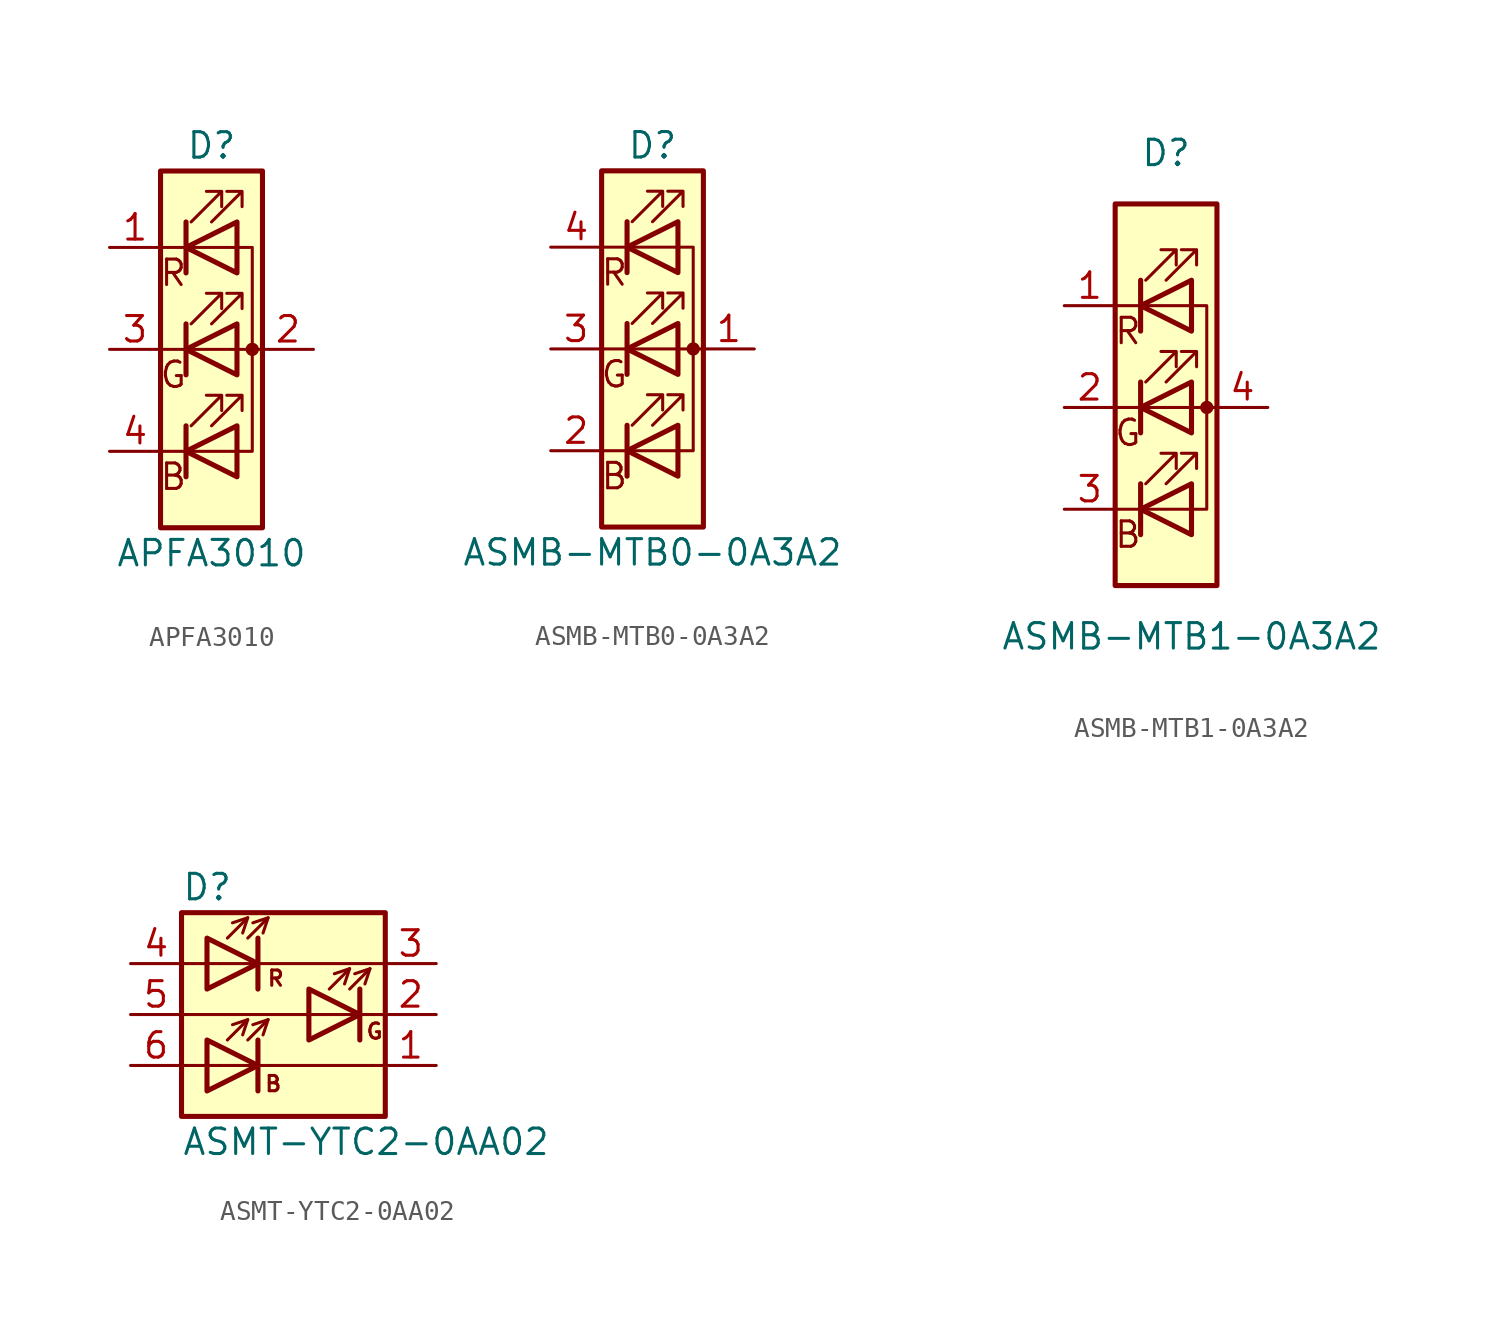
<source format=kicad_sym>
(kicad_symbol_lib
  (version 20241209)
  (generator "kicad_symbol_editor")
  (generator_version "9.0")
  (symbol "APFA3010"
    (pin_names
      (offset 0) hide)
    (property "Reference" "D"
      (at 0 10.16 0)
      (effects (font (size 1.27 1.27))))
    (property "Value" "APFA3010"
      (at 0 -10.16 0)
      (effects (font (size 1.27 1.27))))
    (symbol "APFA3010_0_0"
      (text "R" (at -1.905 3.81 0) (effects (font (size 1.27 1.27))))
      (text "G" (at -1.905 -1.27 0) (effects (font (size 1.27 1.27))))
      (text "B" (at -1.905 -6.35 0) (effects (font (size 1.27 1.27)))))
    (symbol "APFA3010_0_1"
      (polyline (pts (xy -2.54 -5.08) (xy 1.27 -5.08)) (stroke (width 0) (type default)) (fill (type none)))
      (rectangle (start -2.54 -8.89) (end 2.54 8.89) (stroke (width 0.254) (type default)) (fill (type background)))
      (polyline (pts (xy -1.27 6.35) (xy -1.27 3.81)) (stroke (width 0.254) (type default)) (fill (type none)))
      (polyline (pts (xy -1.27 1.27) (xy -1.27 -1.27)) (stroke (width 0.254) (type default)) (fill (type none)))
      (polyline (pts (xy -1.27 -3.81) (xy -1.27 -6.35)) (stroke (width 0.254) (type default)) (fill (type none)))
      (polyline (pts (xy -1.016 6.35) (xy 0.508 7.874) (xy -0.254 7.874) (xy 0.508 7.874) (xy 0.508 7.112)) (stroke (width 0) (type default)) (fill (type none)))
      (polyline (pts (xy -1.016 1.27) (xy 0.508 2.794) (xy -0.254 2.794) (xy 0.508 2.794) (xy 0.508 2.032)) (stroke (width 0) (type default)) (fill (type none)))
      (polyline (pts (xy -1.016 -3.81) (xy 0.508 -2.286) (xy -0.254 -2.286) (xy 0.508 -2.286) (xy 0.508 -3.048)) (stroke (width 0) (type default)) (fill (type none)))
      (polyline (pts (xy 0 6.35) (xy 1.524 7.874) (xy 0.762 7.874) (xy 1.524 7.874) (xy 1.524 7.112)) (stroke (width 0) (type default)) (fill (type none)))
      (polyline (pts (xy 0 1.27) (xy 1.524 2.794) (xy 0.762 2.794) (xy 1.524 2.794) (xy 1.524 2.032)) (stroke (width 0) (type default)) (fill (type none)))
      (polyline (pts (xy 0 -3.81) (xy 1.524 -2.286) (xy 0.762 -2.286) (xy 1.524 -2.286) (xy 1.524 -3.048)) (stroke (width 0) (type default)) (fill (type none)))
      (polyline (pts (xy 1.27 6.35) (xy 1.27 3.81) (xy -1.27 5.08) (xy 1.27 6.35)) (stroke (width 0.254) (type default)) (fill (type none)))
      (rectangle (start 1.27 6.35) (end 1.27 6.35) (stroke (width 0) (type default)) (fill (type none)))
      (polyline (pts (xy 1.27 5.08) (xy -2.54 5.08)) (stroke (width 0) (type default)) (fill (type none)))
      (polyline (pts (xy 1.27 1.27) (xy 1.27 -1.27) (xy -1.27 0) (xy 1.27 1.27)) (stroke (width 0.254) (type default)) (fill (type none)))
      (polyline (pts (xy 1.27 -3.81) (xy 1.27 -6.35) (xy -1.27 -5.08) (xy 1.27 -3.81)) (stroke (width 0.254) (type default)) (fill (type none)))
      (polyline (pts (xy 1.27 -5.08) (xy 2.032 -5.08) (xy 2.032 5.08) (xy 1.27 5.08)) (stroke (width 0) (type default)) (fill (type none)))
      (circle (center 2.032 0) (radius 0.254) (stroke (width 0) (type default)) (fill (type outline)))
      (polyline (pts (xy 2.54 0) (xy -2.54 0)) (stroke (width 0) (type default)) (fill (type none))))
    (symbol "APFA3010_1_1"
      (pin input line (at -5.08 5.08 0) (length 2.54) (name "R" (effects (font (size 1.27 1.27)))) (number "1" (effects (font (size 1.27 1.27)))))
      (pin input line (at -5.08 0 0) (length 2.54) (name "G" (effects (font (size 1.27 1.27)))) (number "3" (effects (font (size 1.27 1.27)))))
      (pin input line (at -5.08 -5.08 0) (length 2.54) (name "B" (effects (font (size 1.27 1.27)))) (number "4" (effects (font (size 1.27 1.27)))))
      (pin power_in line (at 5.08 0 180) (length 2.54) (name "A" (effects (font (size 1.27 1.27)))) (number "2" (effects (font (size 1.27 1.27)))))))
  (symbol "ASMB-MTB0-0A3A2"
    (pin_names
      (offset 0) hide)
    (property "Reference" "D"
      (at 0 10.16 0)
      (effects (font (size 1.27 1.27))))
    (property "Value" "ASMB-MTB0-0A3A2"
      (at 0 -10.16 0)
      (effects (font (size 1.27 1.27))))
    (symbol "ASMB-MTB0-0A3A2_0_0"
      (text "R" (at -1.905 3.81 0) (effects (font (size 1.27 1.27))))
      (text "G" (at -1.905 -1.27 0) (effects (font (size 1.27 1.27))))
      (text "B" (at -1.905 -6.35 0) (effects (font (size 1.27 1.27)))))
    (symbol "ASMB-MTB0-0A3A2_0_1"
      (polyline (pts (xy -2.54 -5.08) (xy 1.27 -5.08)) (stroke (width 0) (type default)) (fill (type none)))
      (rectangle (start -2.54 -8.89) (end 2.54 8.89) (stroke (width 0.254) (type default)) (fill (type background)))
      (polyline (pts (xy -1.27 6.35) (xy -1.27 3.81)) (stroke (width 0.254) (type default)) (fill (type none)))
      (polyline (pts (xy -1.27 1.27) (xy -1.27 -1.27)) (stroke (width 0.254) (type default)) (fill (type none)))
      (polyline (pts (xy -1.27 -3.81) (xy -1.27 -6.35)) (stroke (width 0.254) (type default)) (fill (type none)))
      (polyline (pts (xy -1.016 6.35) (xy 0.508 7.874) (xy -0.254 7.874) (xy 0.508 7.874) (xy 0.508 7.112)) (stroke (width 0) (type default)) (fill (type none)))
      (polyline (pts (xy -1.016 1.27) (xy 0.508 2.794) (xy -0.254 2.794) (xy 0.508 2.794) (xy 0.508 2.032)) (stroke (width 0) (type default)) (fill (type none)))
      (polyline (pts (xy -1.016 -3.81) (xy 0.508 -2.286) (xy -0.254 -2.286) (xy 0.508 -2.286) (xy 0.508 -3.048)) (stroke (width 0) (type default)) (fill (type none)))
      (polyline (pts (xy 0 6.35) (xy 1.524 7.874) (xy 0.762 7.874) (xy 1.524 7.874) (xy 1.524 7.112)) (stroke (width 0) (type default)) (fill (type none)))
      (polyline (pts (xy 0 1.27) (xy 1.524 2.794) (xy 0.762 2.794) (xy 1.524 2.794) (xy 1.524 2.032)) (stroke (width 0) (type default)) (fill (type none)))
      (polyline (pts (xy 0 -3.81) (xy 1.524 -2.286) (xy 0.762 -2.286) (xy 1.524 -2.286) (xy 1.524 -3.048)) (stroke (width 0) (type default)) (fill (type none)))
      (polyline (pts (xy 1.27 6.35) (xy 1.27 3.81) (xy -1.27 5.08) (xy 1.27 6.35)) (stroke (width 0.254) (type default)) (fill (type none)))
      (rectangle (start 1.27 6.35) (end 1.27 6.35) (stroke (width 0) (type default)) (fill (type none)))
      (polyline (pts (xy 1.27 5.08) (xy -2.54 5.08)) (stroke (width 0) (type default)) (fill (type none)))
      (polyline (pts (xy 1.27 1.27) (xy 1.27 -1.27) (xy -1.27 0) (xy 1.27 1.27)) (stroke (width 0.254) (type default)) (fill (type none)))
      (polyline (pts (xy 1.27 -3.81) (xy 1.27 -6.35) (xy -1.27 -5.08) (xy 1.27 -3.81)) (stroke (width 0.254) (type default)) (fill (type none)))
      (polyline (pts (xy 1.27 -5.08) (xy 2.032 -5.08) (xy 2.032 5.08) (xy 1.27 5.08)) (stroke (width 0) (type default)) (fill (type none)))
      (circle (center 2.032 0) (radius 0.254) (stroke (width 0) (type default)) (fill (type outline)))
      (polyline (pts (xy 2.54 0) (xy -2.54 0)) (stroke (width 0) (type default)) (fill (type none))))
    (symbol "ASMB-MTB0-0A3A2_1_1"
      (pin passive line (at -5.08 5.08 0) (length 2.54) (name "RK" (effects (font (size 1.27 1.27)))) (number "4" (effects (font (size 1.27 1.27)))))
      (pin passive line (at -5.08 0 0) (length 2.54) (name "GK" (effects (font (size 1.27 1.27)))) (number "3" (effects (font (size 1.27 1.27)))))
      (pin passive line (at -5.08 -5.08 0) (length 2.54) (name "BK" (effects (font (size 1.27 1.27)))) (number "2" (effects (font (size 1.27 1.27)))))
      (pin passive line (at 5.08 0 180) (length 2.54) (name "A" (effects (font (size 1.27 1.27)))) (number "1" (effects (font (size 1.27 1.27)))))))
  (symbol "ASMB-MTB1-0A3A2"
    (pin_names
      (offset 0) hide)
    (property "Reference" "D"
      (at 0 12.7 0)
      (effects (font (size 1.27 1.27))))
    (property "Value" "ASMB-MTB1-0A3A2"
      (at 1.27 -11.43 0)
      (effects (font (size 1.27 1.27))))
    (symbol "ASMB-MTB1-0A3A2_0_0"
      (text "R" (at -1.905 3.81 0) (effects (font (size 1.27 1.27))))
      (text "G" (at -1.905 -1.27 0) (effects (font (size 1.27 1.27))))
      (text "B" (at -1.905 -6.35 0) (effects (font (size 1.27 1.27)))))
    (symbol "ASMB-MTB1-0A3A2_0_1"
      (polyline (pts (xy -2.54 -5.08) (xy 1.27 -5.08)) (stroke (width 0) (type default)) (fill (type none)))
      (polyline (pts (xy -1.27 6.35) (xy -1.27 3.81)) (stroke (width 0.254) (type default)) (fill (type none)))
      (polyline (pts (xy -1.27 1.27) (xy -1.27 -1.27)) (stroke (width 0.254) (type default)) (fill (type none)))
      (polyline (pts (xy -1.27 -3.81) (xy -1.27 -6.35)) (stroke (width 0.254) (type default)) (fill (type none)))
      (polyline (pts (xy -1.016 6.35) (xy 0.508 7.874) (xy -0.254 7.874) (xy 0.508 7.874) (xy 0.508 7.112)) (stroke (width 0) (type default)) (fill (type none)))
      (polyline (pts (xy -1.016 1.27) (xy 0.508 2.794) (xy -0.254 2.794) (xy 0.508 2.794) (xy 0.508 2.032)) (stroke (width 0) (type default)) (fill (type none)))
      (polyline (pts (xy -1.016 -3.81) (xy 0.508 -2.286) (xy -0.254 -2.286) (xy 0.508 -2.286) (xy 0.508 -3.048)) (stroke (width 0) (type default)) (fill (type none)))
      (polyline (pts (xy 0 6.35) (xy 1.524 7.874) (xy 0.762 7.874) (xy 1.524 7.874) (xy 1.524 7.112)) (stroke (width 0) (type default)) (fill (type none)))
      (polyline (pts (xy 0 1.27) (xy 1.524 2.794) (xy 0.762 2.794) (xy 1.524 2.794) (xy 1.524 2.032)) (stroke (width 0) (type default)) (fill (type none)))
      (polyline (pts (xy 0 -3.81) (xy 1.524 -2.286) (xy 0.762 -2.286) (xy 1.524 -2.286) (xy 1.524 -3.048)) (stroke (width 0) (type default)) (fill (type none)))
      (polyline (pts (xy 1.27 6.35) (xy 1.27 3.81) (xy -1.27 5.08) (xy 1.27 6.35)) (stroke (width 0.254) (type default)) (fill (type none)))
      (rectangle (start 1.27 6.35) (end 1.27 6.35) (stroke (width 0) (type default)) (fill (type none)))
      (polyline (pts (xy 1.27 5.08) (xy -2.54 5.08)) (stroke (width 0) (type default)) (fill (type none)))
      (polyline (pts (xy 1.27 1.27) (xy 1.27 -1.27) (xy -1.27 0) (xy 1.27 1.27)) (stroke (width 0.254) (type default)) (fill (type none)))
      (polyline (pts (xy 1.27 -3.81) (xy 1.27 -6.35) (xy -1.27 -5.08) (xy 1.27 -3.81)) (stroke (width 0.254) (type default)) (fill (type none)))
      (polyline (pts (xy 1.27 -5.08) (xy 2.032 -5.08) (xy 2.032 5.08) (xy 1.27 5.08)) (stroke (width 0) (type default)) (fill (type none)))
      (circle (center 2.032 0) (radius 0.254) (stroke (width 0) (type default)) (fill (type outline)))
      (polyline (pts (xy 2.54 0) (xy -2.54 0)) (stroke (width 0) (type default)) (fill (type none)))
      (rectangle (start 2.54 -8.89) (end -2.54 10.16) (stroke (width 0.254) (type default)) (fill (type background))))
    (symbol "ASMB-MTB1-0A3A2_1_1"
      (pin passive line (at -5.08 5.08 0) (length 2.54) (name "RK" (effects (font (size 1.27 1.27)))) (number "1" (effects (font (size 1.27 1.27)))))
      (pin passive line (at -5.08 0 0) (length 2.54) (name "GK" (effects (font (size 1.27 1.27)))) (number "2" (effects (font (size 1.27 1.27)))))
      (pin passive line (at -5.08 -5.08 0) (length 2.54) (name "BK" (effects (font (size 1.27 1.27)))) (number "3" (effects (font (size 1.27 1.27)))))
      (pin passive line (at 5.08 0 180) (length 2.54) (name "A" (effects (font (size 1.27 1.27)))) (number "4" (effects (font (size 1.27 1.27)))))))
  (symbol "ASMT-YTC2-0AA02"
    (pin_names hide)
    (property "Reference" "D"
      (at -5.08 6.35 0)
      (effects (font (size 1.27 1.27)) (justify left)))
    (property "Value" "ASMT-YTC2-0AA02"
      (at -5.08 -6.35 0)
      (effects (font (size 1.27 1.27)) (justify left)))
    (symbol "ASMT-YTC2-0AA02_0_0"
      (text "B" (at -0.508 -3.454 0) (effects (font (size 0.762 0.762))))
      (text "R" (at -0.381 1.803 0) (effects (font (size 0.762 0.762))))
      (text "G" (at 4.547 -0.838 0) (effects (font (size 0.762 0.762)))))
    (symbol "ASMT-YTC2-0AA02_0_1"
      (rectangle (start -5.08 5.08) (end 5.08 -5.08) (stroke (width 0.254) (type default)) (fill (type background)))
      (polyline (pts (xy -5.08 2.54) (xy 5.08 2.54)) (stroke (width 0) (type default)) (fill (type none)))
      (polyline (pts (xy -5.08 0) (xy 5.08 0)) (stroke (width 0) (type default)) (fill (type none)))
      (polyline (pts (xy -5.08 -2.54) (xy 5.08 -2.54)) (stroke (width 0) (type default)) (fill (type none)))
      (polyline (pts (xy -3.81 3.81) (xy -3.81 1.27) (xy -1.27 2.54) (xy -3.81 3.81)) (stroke (width 0.254) (type default)) (fill (type none)))
      (polyline (pts (xy -3.81 -1.27) (xy -3.81 -3.81) (xy -1.27 -2.54) (xy -3.81 -1.27)) (stroke (width 0.254) (type default)) (fill (type none)))
      (polyline (pts (xy -2.794 3.81) (xy -1.778 4.826)) (stroke (width 0) (type default)) (fill (type none)))
      (polyline (pts (xy -2.794 -1.27) (xy -1.778 -0.254)) (stroke (width 0) (type default)) (fill (type none)))
      (polyline (pts (xy -2.54 4.572) (xy -1.778 4.826) (xy -2.032 4.064)) (stroke (width 0) (type default)) (fill (type none)))
      (polyline (pts (xy -2.032 -1.016) (xy -1.778 -0.254) (xy -2.54 -0.508)) (stroke (width 0) (type default)) (fill (type none)))
      (polyline (pts (xy -1.778 3.81) (xy -0.762 4.826)) (stroke (width 0) (type default)) (fill (type none)))
      (polyline (pts (xy -1.778 -1.27) (xy -0.762 -0.254)) (stroke (width 0) (type default)) (fill (type none)))
      (polyline (pts (xy -1.524 4.572) (xy -0.762 4.826) (xy -1.016 4.064)) (stroke (width 0) (type default)) (fill (type none)))
      (polyline (pts (xy -1.524 -0.508) (xy -0.762 -0.254) (xy -1.016 -1.016)) (stroke (width 0) (type default)) (fill (type none)))
      (polyline (pts (xy -1.27 3.81) (xy -1.27 1.27)) (stroke (width 0.254) (type default)) (fill (type none)))
      (polyline (pts (xy -1.27 -1.27) (xy -1.27 -3.81)) (stroke (width 0.254) (type default)) (fill (type none)))
      (polyline (pts (xy 1.27 1.27) (xy 1.27 -1.27) (xy 3.81 0) (xy 1.27 1.27)) (stroke (width 0.254) (type default)) (fill (type none)))
      (polyline (pts (xy 2.286 1.27) (xy 3.302 2.286)) (stroke (width 0) (type default)) (fill (type none)))
      (polyline (pts (xy 3.048 1.524) (xy 3.302 2.286) (xy 2.54 2.032)) (stroke (width 0) (type default)) (fill (type none)))
      (polyline (pts (xy 3.302 1.27) (xy 4.318 2.286)) (stroke (width 0) (type default)) (fill (type none)))
      (polyline (pts (xy 3.556 2.032) (xy 4.318 2.286) (xy 4.064 1.524)) (stroke (width 0) (type default)) (fill (type none)))
      (polyline (pts (xy 3.81 1.27) (xy 3.81 -1.27)) (stroke (width 0.254) (type default)) (fill (type none))))
    (symbol "ASMT-YTC2-0AA02_1_1"
      (pin passive line (at -7.62 2.54 0) (length 2.54) (name "AR" (effects (font (size 1.27 1.27)))) (number "4" (effects (font (size 1.27 1.27)))))
      (pin passive line (at -7.62 0 0) (length 2.54) (name "AG" (effects (font (size 1.27 1.27)))) (number "5" (effects (font (size 1.27 1.27)))))
      (pin passive line (at -7.62 -2.54 0) (length 2.54) (name "AB" (effects (font (size 1.27 1.27)))) (number "6" (effects (font (size 1.27 1.27)))))
      (pin passive line (at 7.62 2.54 180) (length 2.54) (name "KR" (effects (font (size 1.27 1.27)))) (number "3" (effects (font (size 1.27 1.27)))))
      (pin passive line (at 7.62 0 180) (length 2.54) (name "KG" (effects (font (size 1.27 1.27)))) (number "2" (effects (font (size 1.27 1.27)))))
      (pin passive line (at 7.62 -2.54 180) (length 2.54) (name "KB" (effects (font (size 1.27 1.27)))) (number "1" (effects (font (size 1.27 1.27))))))))
</source>
